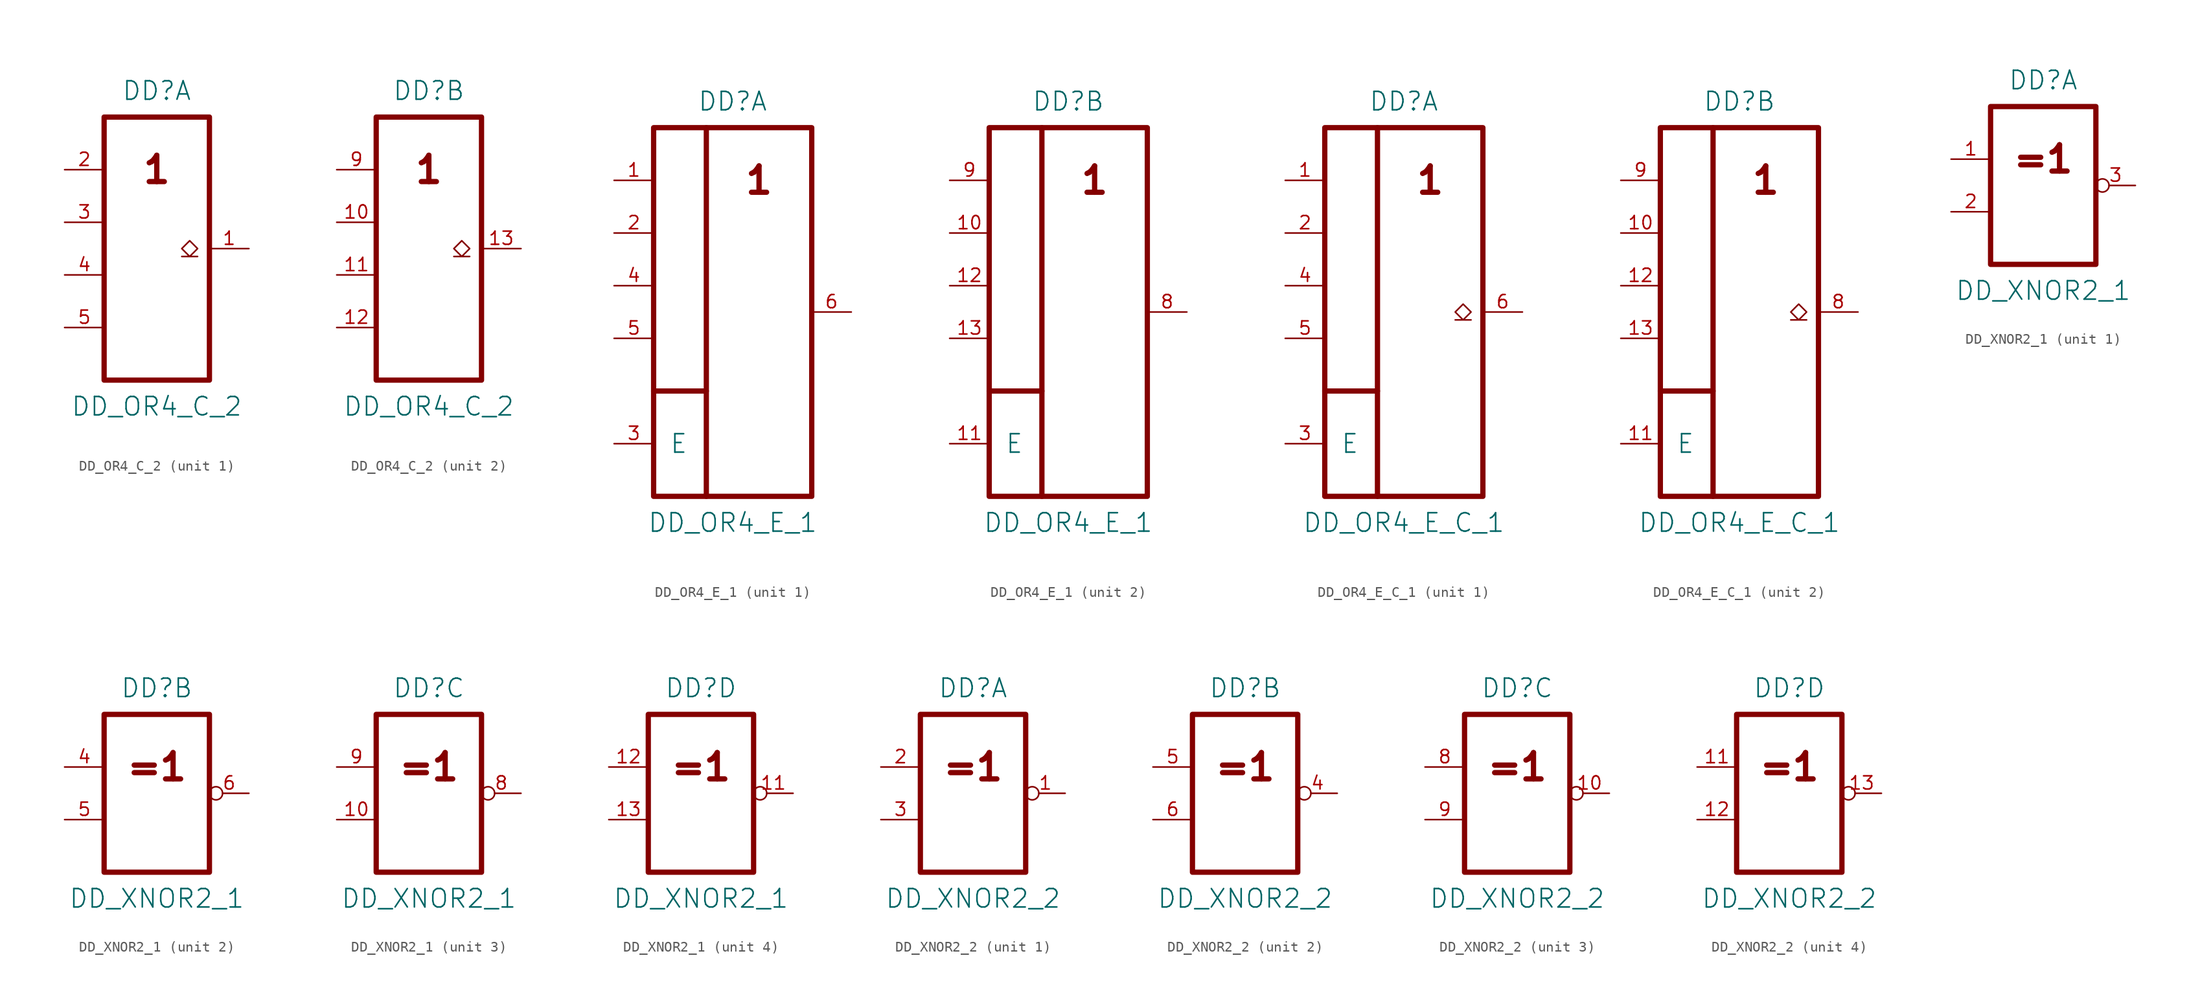
<source format=kicad_sym>
(kicad_symbol_lib
  (version 20211014)
  (generator kicad_symbol_editor)
  (symbol "DD_OR4_C_2"
    (pin_names
      (offset 1.27))
    (property "Reference" "DD"
      (at 0 15.24 0)
      (effects (font (size 1.778 1.778))))
    (property "Value" "DD_OR4_C_2"
      (at 0 -15.24 0)
      (effects (font (size 1.778 1.778))))
    (symbol "DD_OR4_C_2_0_0"
      (text "1" (at 0 7.62 0) (effects (font (size 2.54 2.54) bold))))
    (symbol "DD_OR4_C_2_0_1"
      (rectangle (start -5.08 12.7) (end 5.08 -12.7) (stroke (width 0.508) (type default) (color 0 0 0 0)) (fill (type none)))
      (polyline (pts (xy 2.413 -0.762) (xy 3.175 -0.762) (xy 2.413 0) (xy 3.175 0.762) (xy 3.937 0) (xy 3.175 -0.762) (xy 3.937 -0.762)) (stroke (width 0) (type default) (color 0 0 0 0)) (fill (type none)))
      (pin power_in non_logic (at 8.89 10.16 180) (length 3.81) hide (name "VCC" (effects (font (size 1.27 1.27)))) (number "14" (effects (font (size 1.27 1.27)))))
      (pin power_in non_logic (at 8.89 -10.16 180) (length 3.81) hide (name "GND" (effects (font (size 1.27 1.27)))) (number "7" (effects (font (size 1.27 1.27))))))
    (symbol "DD_OR4_C_2_1_1"
      (pin output line (at 8.89 0 180) (length 3.81) (name "~" (effects (font (size 1.778 1.778)))) (number "1" (effects (font (size 1.27 1.27)))))
      (pin input line (at -8.89 7.62 0) (length 3.81) (name "~" (effects (font (size 1.778 1.778)))) (number "2" (effects (font (size 1.27 1.27)))))
      (pin input line (at -8.89 2.54 0) (length 3.81) (name "~" (effects (font (size 1.778 1.778)))) (number "3" (effects (font (size 1.27 1.27)))))
      (pin input line (at -8.89 -2.54 0) (length 3.81) (name "~" (effects (font (size 1.778 1.778)))) (number "4" (effects (font (size 1.27 1.27)))))
      (pin input line (at -8.89 -7.62 0) (length 3.81) (name "~" (effects (font (size 1.778 1.778)))) (number "5" (effects (font (size 1.27 1.27))))))
    (symbol "DD_OR4_C_2_2_1"
      (pin input line (at -8.89 2.54 0) (length 3.81) (name "~" (effects (font (size 1.778 1.778)))) (number "10" (effects (font (size 1.27 1.27)))))
      (pin input line (at -8.89 -2.54 0) (length 3.81) (name "~" (effects (font (size 1.778 1.778)))) (number "11" (effects (font (size 1.27 1.27)))))
      (pin input line (at -8.89 -7.62 0) (length 3.81) (name "~" (effects (font (size 1.778 1.778)))) (number "12" (effects (font (size 1.27 1.27)))))
      (pin output line (at 8.89 0 180) (length 3.81) (name "~" (effects (font (size 1.778 1.778)))) (number "13" (effects (font (size 1.27 1.27)))))
      (pin input line (at -8.89 7.62 0) (length 3.81) (name "~" (effects (font (size 1.778 1.778)))) (number "9" (effects (font (size 1.27 1.27)))))))
  (symbol "DD_OR4_E_1"
    (pin_names
      (offset 1.524))
    (property "Reference" "DD"
      (at 0 20.32 0)
      (effects (font (size 1.778 1.778))))
    (property "Value" "DD_OR4_E_1"
      (at 0 -20.32 0)
      (effects (font (size 1.778 1.778))))
    (symbol "DD_OR4_E_1_0_0"
      (text "1" (at 2.54 12.7 0) (effects (font (size 2.54 2.54) bold))))
    (symbol "DD_OR4_E_1_0_1"
      (rectangle (start -7.62 17.78) (end 7.62 -17.78) (stroke (width 0.508) (type default) (color 0 0 0 0)) (fill (type none)))
      (polyline (pts (xy -7.62 -7.62) (xy -2.54 -7.62)) (stroke (width 0.508) (type default) (color 0 0 0 0)) (fill (type none)))
      (polyline (pts (xy -2.54 17.78) (xy -2.54 -17.78)) (stroke (width 0.508) (type default) (color 0 0 0 0)) (fill (type none)))
      (pin power_in non_logic (at 11.43 15.24 180) (length 3.81) hide (name "VCC" (effects (font (size 1.27 1.27)))) (number "14" (effects (font (size 1.27 1.27)))))
      (pin power_in non_logic (at 11.43 -15.24 180) (length 3.81) hide (name "GND" (effects (font (size 1.27 1.27)))) (number "7" (effects (font (size 1.27 1.27))))))
    (symbol "DD_OR4_E_1_1_1"
      (pin input line (at -11.43 12.7 0) (length 3.81) (name "~" (effects (font (size 1.778 1.778)))) (number "1" (effects (font (size 1.27 1.27)))))
      (pin input line (at -11.43 7.62 0) (length 3.81) (name "~" (effects (font (size 1.778 1.778)))) (number "2" (effects (font (size 1.27 1.27)))))
      (pin input line (at -11.43 -12.7 0) (length 3.81) (name "E" (effects (font (size 1.778 1.778)))) (number "3" (effects (font (size 1.27 1.27)))))
      (pin input line (at -11.43 2.54 0) (length 3.81) (name "~" (effects (font (size 1.778 1.778)))) (number "4" (effects (font (size 1.27 1.27)))))
      (pin input line (at -11.43 -2.54 0) (length 3.81) (name "~" (effects (font (size 1.778 1.778)))) (number "5" (effects (font (size 1.27 1.27)))))
      (pin output line (at 11.43 0 180) (length 3.81) (name "~" (effects (font (size 1.778 1.778)))) (number "6" (effects (font (size 1.27 1.27))))))
    (symbol "DD_OR4_E_1_2_1"
      (pin input line (at -11.43 7.62 0) (length 3.81) (name "~" (effects (font (size 1.778 1.778)))) (number "10" (effects (font (size 1.27 1.27)))))
      (pin input line (at -11.43 -12.7 0) (length 3.81) (name "E" (effects (font (size 1.778 1.778)))) (number "11" (effects (font (size 1.27 1.27)))))
      (pin input line (at -11.43 2.54 0) (length 3.81) (name "~" (effects (font (size 1.778 1.778)))) (number "12" (effects (font (size 1.27 1.27)))))
      (pin input line (at -11.43 -2.54 0) (length 3.81) (name "~" (effects (font (size 1.778 1.778)))) (number "13" (effects (font (size 1.27 1.27)))))
      (pin output line (at 11.43 0 180) (length 3.81) (name "~" (effects (font (size 1.778 1.778)))) (number "8" (effects (font (size 1.27 1.27)))))
      (pin input line (at -11.43 12.7 0) (length 3.81) (name "~" (effects (font (size 1.778 1.778)))) (number "9" (effects (font (size 1.27 1.27)))))))
  (symbol "DD_OR4_E_C_1"
    (pin_names
      (offset 1.524))
    (property "Reference" "DD"
      (at 0 20.32 0)
      (effects (font (size 1.778 1.778))))
    (property "Value" "DD_OR4_E_C_1"
      (at 0 -20.32 0)
      (effects (font (size 1.778 1.778))))
    (symbol "DD_OR4_E_C_1_0_0"
      (text "1" (at 2.54 12.7 0) (effects (font (size 2.54 2.54) bold))))
    (symbol "DD_OR4_E_C_1_0_1"
      (rectangle (start -7.62 17.78) (end 7.62 -17.78) (stroke (width 0.508) (type default) (color 0 0 0 0)) (fill (type none)))
      (polyline (pts (xy -7.62 -7.62) (xy -2.54 -7.62)) (stroke (width 0.508) (type default) (color 0 0 0 0)) (fill (type none)))
      (polyline (pts (xy -2.54 17.78) (xy -2.54 -17.78)) (stroke (width 0.508) (type default) (color 0 0 0 0)) (fill (type none)))
      (polyline (pts (xy 4.953 -0.762) (xy 5.715 -0.762) (xy 4.953 0) (xy 5.715 0.762) (xy 6.477 0) (xy 5.715 -0.762) (xy 6.477 -0.762)) (stroke (width 0) (type default) (color 0 0 0 0)) (fill (type none)))
      (pin power_in non_logic (at 11.43 15.24 180) (length 3.81) hide (name "VCC" (effects (font (size 1.27 1.27)))) (number "14" (effects (font (size 1.27 1.27)))))
      (pin power_in non_logic (at 11.43 -15.24 180) (length 3.81) hide (name "GND" (effects (font (size 1.27 1.27)))) (number "7" (effects (font (size 1.27 1.27))))))
    (symbol "DD_OR4_E_C_1_1_1"
      (pin input line (at -11.43 12.7 0) (length 3.81) (name "~" (effects (font (size 1.778 1.778)))) (number "1" (effects (font (size 1.27 1.27)))))
      (pin input line (at -11.43 7.62 0) (length 3.81) (name "~" (effects (font (size 1.778 1.778)))) (number "2" (effects (font (size 1.27 1.27)))))
      (pin input line (at -11.43 -12.7 0) (length 3.81) (name "E" (effects (font (size 1.778 1.778)))) (number "3" (effects (font (size 1.27 1.27)))))
      (pin input line (at -11.43 2.54 0) (length 3.81) (name "~" (effects (font (size 1.778 1.778)))) (number "4" (effects (font (size 1.27 1.27)))))
      (pin input line (at -11.43 -2.54 0) (length 3.81) (name "~" (effects (font (size 1.778 1.778)))) (number "5" (effects (font (size 1.27 1.27)))))
      (pin output line (at 11.43 0 180) (length 3.81) (name "~" (effects (font (size 1.778 1.778)))) (number "6" (effects (font (size 1.27 1.27))))))
    (symbol "DD_OR4_E_C_1_2_1"
      (pin input line (at -11.43 7.62 0) (length 3.81) (name "~" (effects (font (size 1.778 1.778)))) (number "10" (effects (font (size 1.27 1.27)))))
      (pin input line (at -11.43 -12.7 0) (length 3.81) (name "E" (effects (font (size 1.778 1.778)))) (number "11" (effects (font (size 1.27 1.27)))))
      (pin input line (at -11.43 2.54 0) (length 3.81) (name "~" (effects (font (size 1.778 1.778)))) (number "12" (effects (font (size 1.27 1.27)))))
      (pin input line (at -11.43 -2.54 0) (length 3.81) (name "~" (effects (font (size 1.778 1.778)))) (number "13" (effects (font (size 1.27 1.27)))))
      (pin output line (at 11.43 0 180) (length 3.81) (name "~" (effects (font (size 1.778 1.778)))) (number "8" (effects (font (size 1.27 1.27)))))
      (pin input line (at -11.43 12.7 0) (length 3.81) (name "~" (effects (font (size 1.778 1.778)))) (number "9" (effects (font (size 1.27 1.27)))))))
  (symbol "DD_XNOR2_1"
    (pin_names
      (offset 1.27))
    (property "Reference" "DD"
      (at 0 10.16 0)
      (effects (font (size 1.778 1.778))))
    (property "Value" "DD_XNOR2_1"
      (at 0 -10.16 0)
      (effects (font (size 1.778 1.778))))
    (symbol "DD_XNOR2_1_0_0"
      (text "=1" (at 0 2.54 0) (effects (font (size 2.54 2.54) bold))))
    (symbol "DD_XNOR2_1_0_1"
      (rectangle (start -5.08 7.62) (end 5.08 -7.62) (stroke (width 0.508) (type default) (color 0 0 0 0)) (fill (type none)))
      (pin power_in non_logic (at 8.89 5.08 180) (length 3.81) hide (name "VCC" (effects (font (size 1.27 1.27)))) (number "14" (effects (font (size 1.27 1.27)))))
      (pin power_in non_logic (at 8.89 -5.08 180) (length 3.81) hide (name "GND" (effects (font (size 1.27 1.27)))) (number "7" (effects (font (size 1.27 1.27))))))
    (symbol "DD_XNOR2_1_1_1"
      (pin input line (at -8.89 2.54 0) (length 3.81) (name "~" (effects (font (size 1.778 1.778)))) (number "1" (effects (font (size 1.27 1.27)))))
      (pin input line (at -8.89 -2.54 0) (length 3.81) (name "~" (effects (font (size 1.778 1.778)))) (number "2" (effects (font (size 1.27 1.27)))))
      (pin output inverted (at 8.89 0 180) (length 3.81) (name "~" (effects (font (size 1.778 1.778)))) (number "3" (effects (font (size 1.27 1.27))))))
    (symbol "DD_XNOR2_1_2_1"
      (pin input line (at -8.89 2.54 0) (length 3.81) (name "~" (effects (font (size 1.778 1.778)))) (number "4" (effects (font (size 1.27 1.27)))))
      (pin input line (at -8.89 -2.54 0) (length 3.81) (name "~" (effects (font (size 1.778 1.778)))) (number "5" (effects (font (size 1.27 1.27)))))
      (pin output inverted (at 8.89 0 180) (length 3.81) (name "~" (effects (font (size 1.778 1.778)))) (number "6" (effects (font (size 1.27 1.27))))))
    (symbol "DD_XNOR2_1_3_1"
      (pin input line (at -8.89 -2.54 0) (length 3.81) (name "~" (effects (font (size 1.778 1.778)))) (number "10" (effects (font (size 1.27 1.27)))))
      (pin output inverted (at 8.89 0 180) (length 3.81) (name "~" (effects (font (size 1.778 1.778)))) (number "8" (effects (font (size 1.27 1.27)))))
      (pin input line (at -8.89 2.54 0) (length 3.81) (name "~" (effects (font (size 1.778 1.778)))) (number "9" (effects (font (size 1.27 1.27))))))
    (symbol "DD_XNOR2_1_4_1"
      (pin output inverted (at 8.89 0 180) (length 3.81) (name "~" (effects (font (size 1.778 1.778)))) (number "11" (effects (font (size 1.27 1.27)))))
      (pin input line (at -8.89 2.54 0) (length 3.81) (name "~" (effects (font (size 1.778 1.778)))) (number "12" (effects (font (size 1.27 1.27)))))
      (pin input line (at -8.89 -2.54 0) (length 3.81) (name "~" (effects (font (size 1.778 1.778)))) (number "13" (effects (font (size 1.27 1.27)))))))
  (symbol "DD_XNOR2_2"
    (pin_names
      (offset 1.27))
    (property "Reference" "DD"
      (at 0 10.16 0)
      (effects (font (size 1.778 1.778))))
    (property "Value" "DD_XNOR2_2"
      (at 0 -10.16 0)
      (effects (font (size 1.778 1.778))))
    (symbol "DD_XNOR2_2_0_0"
      (text "=1" (at 0 2.54 0) (effects (font (size 2.54 2.54) bold))))
    (symbol "DD_XNOR2_2_0_1"
      (rectangle (start -5.08 7.62) (end 5.08 -7.62) (stroke (width 0.508) (type default) (color 0 0 0 0)) (fill (type none)))
      (pin power_in non_logic (at 8.89 5.08 180) (length 3.81) hide (name "VCC" (effects (font (size 1.27 1.27)))) (number "14" (effects (font (size 1.27 1.27)))))
      (pin power_in non_logic (at 8.89 -5.08 180) (length 3.81) hide (name "GND" (effects (font (size 1.27 1.27)))) (number "7" (effects (font (size 1.27 1.27))))))
    (symbol "DD_XNOR2_2_1_1"
      (pin output inverted (at 8.89 0 180) (length 3.81) (name "~" (effects (font (size 1.778 1.778)))) (number "1" (effects (font (size 1.27 1.27)))))
      (pin input line (at -8.89 2.54 0) (length 3.81) (name "~" (effects (font (size 1.778 1.778)))) (number "2" (effects (font (size 1.27 1.27)))))
      (pin input line (at -8.89 -2.54 0) (length 3.81) (name "~" (effects (font (size 1.778 1.778)))) (number "3" (effects (font (size 1.27 1.27))))))
    (symbol "DD_XNOR2_2_2_1"
      (pin output inverted (at 8.89 0 180) (length 3.81) (name "~" (effects (font (size 1.778 1.778)))) (number "4" (effects (font (size 1.27 1.27)))))
      (pin input line (at -8.89 2.54 0) (length 3.81) (name "~" (effects (font (size 1.778 1.778)))) (number "5" (effects (font (size 1.27 1.27)))))
      (pin input line (at -8.89 -2.54 0) (length 3.81) (name "~" (effects (font (size 1.778 1.778)))) (number "6" (effects (font (size 1.27 1.27))))))
    (symbol "DD_XNOR2_2_3_1"
      (pin output inverted (at 8.89 0 180) (length 3.81) (name "~" (effects (font (size 1.778 1.778)))) (number "10" (effects (font (size 1.27 1.27)))))
      (pin input line (at -8.89 2.54 0) (length 3.81) (name "~" (effects (font (size 1.778 1.778)))) (number "8" (effects (font (size 1.27 1.27)))))
      (pin input line (at -8.89 -2.54 0) (length 3.81) (name "~" (effects (font (size 1.778 1.778)))) (number "9" (effects (font (size 1.27 1.27))))))
    (symbol "DD_XNOR2_2_4_1"
      (pin input line (at -8.89 2.54 0) (length 3.81) (name "~" (effects (font (size 1.778 1.778)))) (number "11" (effects (font (size 1.27 1.27)))))
      (pin input line (at -8.89 -2.54 0) (length 3.81) (name "~" (effects (font (size 1.778 1.778)))) (number "12" (effects (font (size 1.27 1.27)))))
      (pin output inverted (at 8.89 0 180) (length 3.81) (name "~" (effects (font (size 1.778 1.778)))) (number "13" (effects (font (size 1.27 1.27))))))))
</source>
